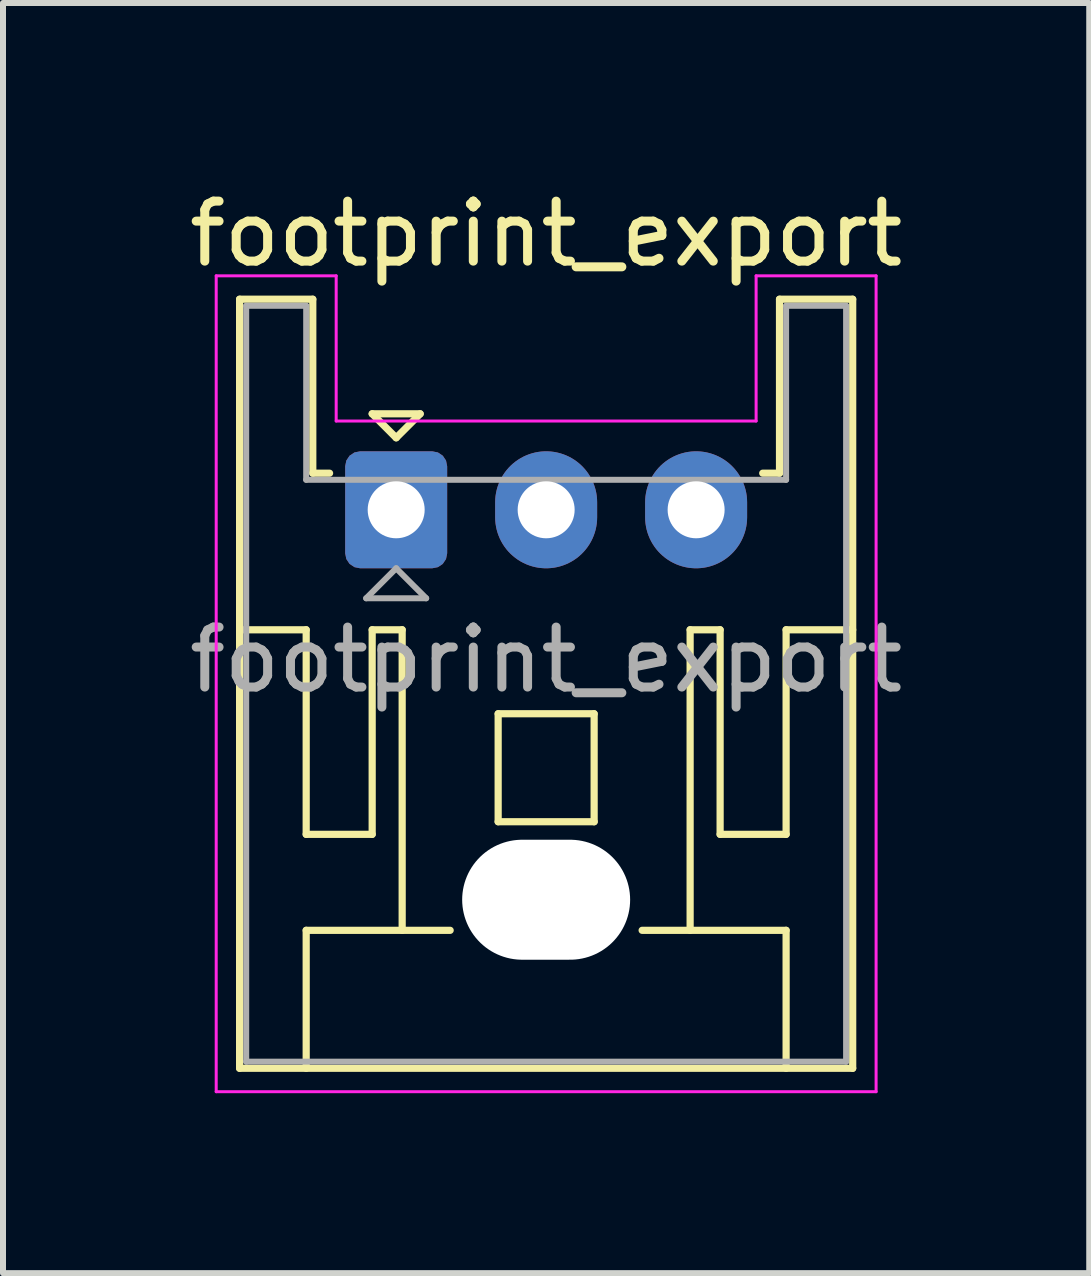
<source format=kicad_pcb>
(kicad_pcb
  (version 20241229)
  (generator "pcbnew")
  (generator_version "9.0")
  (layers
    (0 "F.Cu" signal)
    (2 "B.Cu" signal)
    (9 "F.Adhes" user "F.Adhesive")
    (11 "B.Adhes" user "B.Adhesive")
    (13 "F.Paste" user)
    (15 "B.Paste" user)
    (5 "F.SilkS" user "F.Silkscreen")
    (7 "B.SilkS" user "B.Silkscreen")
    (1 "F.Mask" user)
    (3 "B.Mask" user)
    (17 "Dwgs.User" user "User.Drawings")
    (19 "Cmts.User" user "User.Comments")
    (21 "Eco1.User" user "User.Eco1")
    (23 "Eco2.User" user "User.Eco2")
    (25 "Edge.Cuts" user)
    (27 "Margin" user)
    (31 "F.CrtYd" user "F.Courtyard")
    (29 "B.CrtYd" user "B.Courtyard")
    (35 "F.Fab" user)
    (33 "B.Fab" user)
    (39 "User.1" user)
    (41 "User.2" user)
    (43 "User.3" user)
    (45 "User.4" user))
  (footprint "footprint_export"
    (layer "F.Cu")
    (at 3.554 5.448)
    (property "Reference" "footprint_export" (at 2.5 -4.6 0) (layer "F.SilkS") (effects (font (size 1 1) (thickness 0.15))))
    (attr through_hole)
    (fp_line (start -2.61 -3.51) (end -2.61 9.31) (stroke (width 0.12) (type solid)) (layer "F.SilkS"))
    (fp_line (start -2.61 9.31) (end 7.61 9.31) (stroke (width 0.12) (type solid)) (layer "F.SilkS"))
    (fp_line (start -1.5 2) (end -2.61 2) (stroke (width 0.12) (type solid)) (layer "F.SilkS"))
    (fp_line (start -1.5 5.41) (end -1.5 2) (stroke (width 0.12) (type solid)) (layer "F.SilkS"))
    (fp_line (start -1.5 7.01) (end 0.9 7.01) (stroke (width 0.12) (type solid)) (layer "F.SilkS"))
    (fp_line (start -1.5 9.31) (end -1.5 7.01) (stroke (width 0.12) (type solid)) (layer "F.SilkS"))
    (fp_line (start -1.39 -3.51) (end -2.61 -3.51) (stroke (width 0.12) (type solid)) (layer "F.SilkS"))
    (fp_line (start -1.39 -0.61) (end -1.39 -3.51) (stroke (width 0.12) (type solid)) (layer "F.SilkS"))
    (fp_line (start -1.11 -0.61) (end -1.39 -0.61) (stroke (width 0.12) (type solid)) (layer "F.SilkS"))
    (fp_line (start -0.4 -1.6) (end 0.4 -1.6) (stroke (width 0.12) (type solid)) (layer "F.SilkS"))
    (fp_line (start -0.4 2) (end -0.4 5.41) (stroke (width 0.12) (type solid)) (layer "F.SilkS"))
    (fp_line (start -0.4 5.41) (end -1.5 5.41) (stroke (width 0.12) (type solid)) (layer "F.SilkS"))
    (fp_line (start 0 -1.2) (end -0.4 -1.6) (stroke (width 0.12) (type solid)) (layer "F.SilkS"))
    (fp_line (start 0.1 2) (end -0.4 2) (stroke (width 0.12) (type solid)) (layer "F.SilkS"))
    (fp_line (start 0.1 7.01) (end 0.1 2) (stroke (width 0.12) (type solid)) (layer "F.SilkS"))
    (fp_line (start 0.4 -1.6) (end 0 -1.2) (stroke (width 0.12) (type solid)) (layer "F.SilkS"))
    (fp_line (start 1.7 3.4) (end 3.3 3.4) (stroke (width 0.12) (type solid)) (layer "F.SilkS"))
    (fp_line (start 1.7 5.2) (end 1.7 3.4) (stroke (width 0.12) (type solid)) (layer "F.SilkS"))
    (fp_line (start 3.3 3.4) (end 3.3 5.2) (stroke (width 0.12) (type solid)) (layer "F.SilkS"))
    (fp_line (start 3.3 5.2) (end 1.7 5.2) (stroke (width 0.12) (type solid)) (layer "F.SilkS"))
    (fp_line (start 4.1 7.01) (end 6.5 7.01) (stroke (width 0.12) (type solid)) (layer "F.SilkS"))
    (fp_line (start 4.9 2) (end 5.4 2) (stroke (width 0.12) (type solid)) (layer "F.SilkS"))
    (fp_line (start 4.9 7.01) (end 4.9 2) (stroke (width 0.12) (type solid)) (layer "F.SilkS"))
    (fp_line (start 5.4 2) (end 5.4 5.41) (stroke (width 0.12) (type solid)) (layer "F.SilkS"))
    (fp_line (start 5.4 5.41) (end 6.5 5.41) (stroke (width 0.12) (type solid)) (layer "F.SilkS"))
    (fp_line (start 6.39 -3.51) (end 6.39 -0.61) (stroke (width 0.12) (type solid)) (layer "F.SilkS"))
    (fp_line (start 6.39 -0.61) (end 6.11 -0.61) (stroke (width 0.12) (type solid)) (layer "F.SilkS"))
    (fp_line (start 6.5 2) (end 7.61 2) (stroke (width 0.12) (type solid)) (layer "F.SilkS"))
    (fp_line (start 6.5 5.41) (end 6.5 2) (stroke (width 0.12) (type solid)) (layer "F.SilkS"))
    (fp_line (start 6.5 7.01) (end 6.5 9.31) (stroke (width 0.12) (type solid)) (layer "F.SilkS"))
    (fp_line (start 7.61 -3.51) (end 6.39 -3.51) (stroke (width 0.12) (type solid)) (layer "F.SilkS"))
    (fp_line (start 7.61 9.31) (end 7.61 -3.51) (stroke (width 0.12) (type solid)) (layer "F.SilkS"))
    (fp_line (start -3 -3.9) (end -3 9.7) (stroke (width 0.05) (type solid)) (layer "F.CrtYd"))
    (fp_line (start -3 9.7) (end 8 9.7) (stroke (width 0.05) (type solid)) (layer "F.CrtYd"))
    (fp_line (start -1 -3.9) (end -3 -3.9) (stroke (width 0.05) (type solid)) (layer "F.CrtYd"))
    (fp_line (start -1 -1.48) (end -1 -3.9) (stroke (width 0.05) (type solid)) (layer "F.CrtYd"))
    (fp_line (start 6 -3.9) (end 6 -1.48) (stroke (width 0.05) (type solid)) (layer "F.CrtYd"))
    (fp_line (start 6 -1.48) (end -1 -1.48) (stroke (width 0.05) (type solid)) (layer "F.CrtYd"))
    (fp_line (start 8 -3.9) (end 6 -3.9) (stroke (width 0.05) (type solid)) (layer "F.CrtYd"))
    (fp_line (start 8 9.7) (end 8 -3.9) (stroke (width 0.05) (type solid)) (layer "F.CrtYd"))
    (fp_line (start -2.5 -3.4) (end -2.5 9.2) (stroke (width 0.1) (type solid)) (layer "F.Fab"))
    (fp_line (start -2.5 9.2) (end 7.5 9.2) (stroke (width 0.1) (type solid)) (layer "F.Fab"))
    (fp_line (start -1.5 -3.4) (end -2.5 -3.4) (stroke (width 0.1) (type solid)) (layer "F.Fab"))
    (fp_line (start -1.5 -0.5) (end -1.5 -3.4) (stroke (width 0.1) (type solid)) (layer "F.Fab"))
    (fp_line (start -0.5 1.475) (end 0.5 1.475) (stroke (width 0.1) (type solid)) (layer "F.Fab"))
    (fp_line (start 0 0.975) (end -0.5 1.475) (stroke (width 0.1) (type solid)) (layer "F.Fab"))
    (fp_line (start 0.5 1.475) (end 0 0.975) (stroke (width 0.1) (type solid)) (layer "F.Fab"))
    (fp_line (start 6.5 -3.4) (end 6.5 -0.5) (stroke (width 0.1) (type solid)) (layer "F.Fab"))
    (fp_line (start 6.5 -0.5) (end -1.5 -0.5) (stroke (width 0.1) (type solid)) (layer "F.Fab"))
    (fp_line (start 7.5 -3.4) (end 6.5 -3.4) (stroke (width 0.1) (type solid)) (layer "F.Fab"))
    (fp_line (start 7.5 9.2) (end 7.5 -3.4) (stroke (width 0.1) (type solid)) (layer "F.Fab"))
    (fp_text user "${REFERENCE}" (at 2.5 2.5 0) (layer "F.Fab") (effects (font (size 1 1) (thickness 0.15))))
    (pad "" np_thru_hole oval (at 2.5 6.5) (size 2.8 2) (drill oval 2.8 2) (layers "*.Cu" "*.Mask"))
    (pad "1" thru_hole roundrect (at 0 0) (size 1.7 1.95) (drill 0.95) (layers "*.Cu" "*.Mask") (roundrect_rratio 0.147))
    (pad "2" thru_hole oval (at 2.5 0) (size 1.7 1.95) (drill 0.95) (layers "*.Cu" "*.Mask"))
    (pad "3" thru_hole oval (at 5 0) (size 1.7 1.95) (drill 0.95) (layers "*.Cu" "*.Mask")))
  (gr_rect
    (start -3 -3)
    (end 15.107 18.173)
    (stroke (width 0.1) (type default))
    (fill no)
    (layer "Edge.Cuts")))
</source>
